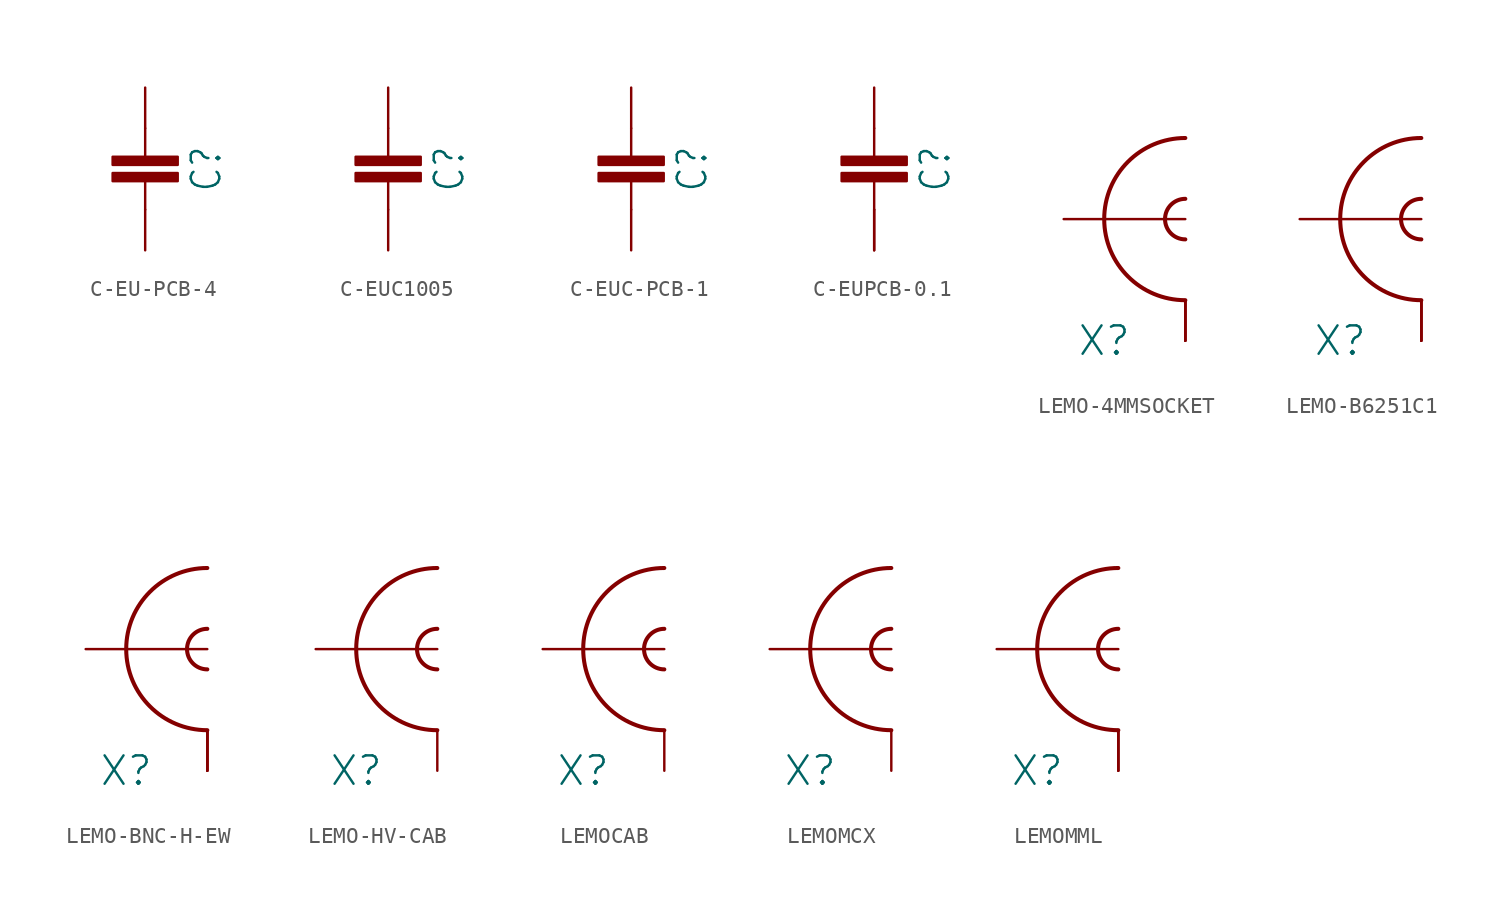
<source format=kicad_sym>
(kicad_symbol_lib
  (version 20231120)
  (generator "kicad_symbol_editor")
  (generator_version "8.0")
  (symbol "C-EU-PCB-4"
    (property "Reference" "C"
      (at 3.81 0 90)
      (effects (font (size 1.778 1.511))))
    (property "Value" ""
      (at -3.81 0 90)
      (effects (font (size 1.778 1.511))))
    (property "ki_locked" ""
      (at 0 0 0)
      (effects (font (size 1.27 1.27))))
    (symbol "C-EU-PCB-4_1_0"
      (rectangle (start -2.032 -0.762) (end 2.032 -0.254) (stroke (width 0) (type default)) (fill (type outline)))
      (rectangle (start -2.032 0.254) (end 2.032 0.762) (stroke (width 0) (type default)) (fill (type outline)))
      (polyline (pts (xy 0 -2.54) (xy 0 -0.762)) (stroke (width 0.152) (type solid)) (fill (type none)))
      (polyline (pts (xy 0 2.54) (xy 0 0.762)) (stroke (width 0.152) (type solid)) (fill (type none)))
      (pin passive line (at 0 5.08 270) (length 2.54) (name "1" (effects (font (size 0 0)))) (number "1" (effects (font (size 0 0)))))
      (pin passive line (at 0 -5.08 90) (length 2.54) (name "2" (effects (font (size 0 0)))) (number "2" (effects (font (size 0 0)))))))
  (symbol "C-EUC1005"
    (property "Reference" "C"
      (at 3.81 0 90)
      (effects (font (size 1.778 1.511))))
    (property "Value" ""
      (at -3.81 0 90)
      (effects (font (size 1.778 1.511))))
    (property "ki_locked" ""
      (at 0 0 0)
      (effects (font (size 1.27 1.27))))
    (symbol "C-EUC1005_1_0"
      (rectangle (start -2.032 -0.762) (end 2.032 -0.254) (stroke (width 0) (type default)) (fill (type outline)))
      (rectangle (start -2.032 0.254) (end 2.032 0.762) (stroke (width 0) (type default)) (fill (type outline)))
      (polyline (pts (xy 0 -2.54) (xy 0 -0.762)) (stroke (width 0.152) (type solid)) (fill (type none)))
      (polyline (pts (xy 0 2.54) (xy 0 0.762)) (stroke (width 0.152) (type solid)) (fill (type none)))
      (pin passive line (at 0 5.08 270) (length 2.54) (name "1" (effects (font (size 0 0)))) (number "1" (effects (font (size 0 0)))))
      (pin passive line (at 0 -5.08 90) (length 2.54) (name "2" (effects (font (size 0 0)))) (number "2" (effects (font (size 0 0)))))))
  (symbol "C-EUC-PCB-1"
    (property "Reference" "C"
      (at 3.81 0 90)
      (effects (font (size 1.778 1.511))))
    (property "Value" ""
      (at -3.81 0 90)
      (effects (font (size 1.778 1.511))))
    (property "ki_locked" ""
      (at 0 0 0)
      (effects (font (size 1.27 1.27))))
    (symbol "C-EUC-PCB-1_1_0"
      (rectangle (start -2.032 -0.762) (end 2.032 -0.254) (stroke (width 0) (type default)) (fill (type outline)))
      (rectangle (start -2.032 0.254) (end 2.032 0.762) (stroke (width 0) (type default)) (fill (type outline)))
      (polyline (pts (xy 0 -2.54) (xy 0 -0.762)) (stroke (width 0.152) (type solid)) (fill (type none)))
      (polyline (pts (xy 0 2.54) (xy 0 0.762)) (stroke (width 0.152) (type solid)) (fill (type none)))
      (pin passive line (at 0 5.08 270) (length 2.54) (name "1" (effects (font (size 0 0)))) (number "P$1" (effects (font (size 0 0)))))
      (pin passive line (at 0 -5.08 90) (length 2.54) (name "2" (effects (font (size 0 0)))) (number "P$2" (effects (font (size 0 0)))))))
  (symbol "C-EUPCB-0.1"
    (property "Reference" "C"
      (at 3.81 0 90)
      (effects (font (size 1.778 1.511))))
    (property "Value" ""
      (at -3.81 0 90)
      (effects (font (size 1.778 1.511))))
    (property "ki_locked" ""
      (at 0 0 0)
      (effects (font (size 1.27 1.27))))
    (symbol "C-EUPCB-0.1_1_0"
      (rectangle (start -2.032 -0.762) (end 2.032 -0.254) (stroke (width 0) (type default)) (fill (type outline)))
      (rectangle (start -2.032 0.254) (end 2.032 0.762) (stroke (width 0) (type default)) (fill (type outline)))
      (polyline (pts (xy 0 -2.54) (xy 0 -0.762)) (stroke (width 0.152) (type solid)) (fill (type none)))
      (polyline (pts (xy 0 2.54) (xy 0 0.762)) (stroke (width 0.152) (type solid)) (fill (type none)))
      (pin passive line (at 0 5.08 270) (length 2.54) (name "1" (effects (font (size 0 0)))) (number "P$1" (effects (font (size 0 0)))))
      (pin passive line (at 0 -5.08 90) (length 2.54) (name "2" (effects (font (size 0 0)))) (number "P$2" (effects (font (size 0 0)))))
      (pin passive line (at 0 -5.08 90) (length 2.54) (name "2" (effects (font (size 0 0)))) (number "P$3" (effects (font (size 0 0)))))))
  (symbol "LEMO-4MMSOCKET"
    (property "Reference" "X"
      (at -2.54 -7.62 0)
      (effects (font (size 1.778 1.778))))
    (property "Value" ""
      (at 2.54 7.62 0)
      (effects (font (size 1.778 1.778))))
    (property "ki_locked" ""
      (at 0 0 0)
      (effects (font (size 1.27 1.27))))
    (symbol "LEMO-4MMSOCKET_1_0"
      (arc (start 2.54 1.27) (mid 1.27 0) (end 2.54 -1.27) (stroke (width 0.254) (type solid)) (fill (type none)))
      (arc (start 2.54 5.08) (mid -2.54 0) (end 2.54 -5.08) (stroke (width 0.254) (type solid)) (fill (type none)))
      (pin passive line (at -5.08 0 0) (length 7.62) (name "INNER" (effects (font (size 0 0)))) (number "INNER" (effects (font (size 0 0)))))
      (pin passive line (at 2.54 -7.62 90) (length 2.54) (name "SHIELD@2" (effects (font (size 0 0)))) (number "SHIELD@1" (effects (font (size 0 0)))))
      (pin passive line (at 2.54 -7.62 90) (length 2.54) (name "SHIELD@2" (effects (font (size 0 0)))) (number "SHIELD@2" (effects (font (size 0 0)))))
      (pin passive line (at 2.54 -7.62 90) (length 2.54) (name "SHIELD@2" (effects (font (size 0 0)))) (number "SHIELD@3" (effects (font (size 0 0)))))
      (pin passive line (at 2.54 -7.62 90) (length 2.54) (name "SHIELD@2" (effects (font (size 0 0)))) (number "SHIELD@4" (effects (font (size 0 0)))))))
  (symbol "LEMO-B6251C1"
    (property "Reference" "X"
      (at -2.54 -7.62 0)
      (effects (font (size 1.778 1.778))))
    (property "Value" ""
      (at 2.54 7.62 0)
      (effects (font (size 1.778 1.778))))
    (property "ki_locked" ""
      (at 0 0 0)
      (effects (font (size 1.27 1.27))))
    (symbol "LEMO-B6251C1_1_0"
      (arc (start 2.54 1.27) (mid 1.27 0) (end 2.54 -1.27) (stroke (width 0.254) (type solid)) (fill (type none)))
      (arc (start 2.54 5.08) (mid -2.54 0) (end 2.54 -5.08) (stroke (width 0.254) (type solid)) (fill (type none)))
      (pin passive line (at -5.08 0 0) (length 7.62) (name "INNER" (effects (font (size 0 0)))) (number "1" (effects (font (size 0 0)))))
      (pin passive line (at 2.54 -7.62 90) (length 2.54) (name "SHIELD@2" (effects (font (size 0 0)))) (number "SHIELD@1" (effects (font (size 0 0)))))
      (pin passive line (at 2.54 -7.62 90) (length 2.54) (name "SHIELD@2" (effects (font (size 0 0)))) (number "SHIELD@2" (effects (font (size 0 0)))))
      (pin passive line (at 2.54 -7.62 90) (length 2.54) (name "SHIELD@2" (effects (font (size 0 0)))) (number "SHIELD@3" (effects (font (size 0 0)))))
      (pin passive line (at 2.54 -7.62 90) (length 2.54) (name "SHIELD@2" (effects (font (size 0 0)))) (number "SHIELD@4" (effects (font (size 0 0)))))))
  (symbol "LEMO-BNC-H-EW"
    (property "Reference" "X"
      (at -2.54 -7.62 0)
      (effects (font (size 1.778 1.778))))
    (property "Value" ""
      (at 2.54 7.62 0)
      (effects (font (size 1.778 1.778))))
    (property "ki_locked" ""
      (at 0 0 0)
      (effects (font (size 1.27 1.27))))
    (symbol "LEMO-BNC-H-EW_1_0"
      (arc (start 2.54 1.27) (mid 1.27 0) (end 2.54 -1.27) (stroke (width 0.254) (type solid)) (fill (type none)))
      (arc (start 2.54 5.08) (mid -2.54 0) (end 2.54 -5.08) (stroke (width 0.254) (type solid)) (fill (type none)))
      (pin passive line (at -5.08 0 0) (length 7.62) (name "INNER" (effects (font (size 0 0)))) (number "1" (effects (font (size 0 0)))))
      (pin passive line (at 2.54 -7.62 90) (length 2.54) (name "SHIELD@2" (effects (font (size 0 0)))) (number "SHIELD@1" (effects (font (size 0 0)))))
      (pin passive line (at 2.54 -7.62 90) (length 2.54) (name "SHIELD@2" (effects (font (size 0 0)))) (number "SHIELD@2" (effects (font (size 0 0)))))
      (pin passive line (at 2.54 -7.62 90) (length 2.54) (name "SHIELD@2" (effects (font (size 0 0)))) (number "SHIELD@3" (effects (font (size 0 0)))))
      (pin passive line (at 2.54 -7.62 90) (length 2.54) (name "SHIELD@2" (effects (font (size 0 0)))) (number "SHIELD@4" (effects (font (size 0 0)))))))
  (symbol "LEMO-HV-CAB"
    (property "Reference" "X"
      (at -2.54 -7.62 0)
      (effects (font (size 1.778 1.778))))
    (property "Value" ""
      (at 2.54 7.62 0)
      (effects (font (size 1.778 1.778))))
    (property "ki_locked" ""
      (at 0 0 0)
      (effects (font (size 1.27 1.27))))
    (symbol "LEMO-HV-CAB_1_0"
      (arc (start 2.54 1.27) (mid 1.27 0) (end 2.54 -1.27) (stroke (width 0.254) (type solid)) (fill (type none)))
      (arc (start 2.54 5.08) (mid -2.54 0) (end 2.54 -5.08) (stroke (width 0.254) (type solid)) (fill (type none)))
      (pin passive line (at -5.08 0 0) (length 7.62) (name "INNER" (effects (font (size 0 0)))) (number "1" (effects (font (size 0 0)))))
      (pin passive line (at 2.54 -7.62 90) (length 2.54) (name "SHIELD@2" (effects (font (size 0 0)))) (number "SHIELD" (effects (font (size 0 0)))))))
  (symbol "LEMOCAB"
    (property "Reference" "X"
      (at -2.54 -7.62 0)
      (effects (font (size 1.778 1.778))))
    (property "Value" ""
      (at 2.54 7.62 0)
      (effects (font (size 1.778 1.778))))
    (property "ki_locked" ""
      (at 0 0 0)
      (effects (font (size 1.27 1.27))))
    (symbol "LEMOCAB_1_0"
      (arc (start 2.54 1.27) (mid 1.27 0) (end 2.54 -1.27) (stroke (width 0.254) (type solid)) (fill (type none)))
      (arc (start 2.54 5.08) (mid -2.54 0) (end 2.54 -5.08) (stroke (width 0.254) (type solid)) (fill (type none)))
      (pin passive line (at -5.08 0 0) (length 7.62) (name "INNER" (effects (font (size 0 0)))) (number "1" (effects (font (size 0 0)))))
      (pin passive line (at 2.54 -7.62 90) (length 2.54) (name "SHIELD@2" (effects (font (size 0 0)))) (number "SHIELD" (effects (font (size 0 0)))))))
  (symbol "LEMOMCX"
    (property "Reference" "X"
      (at -2.54 -7.62 0)
      (effects (font (size 1.778 1.778))))
    (property "Value" ""
      (at 2.54 7.62 0)
      (effects (font (size 1.778 1.778))))
    (property "ki_locked" ""
      (at 0 0 0)
      (effects (font (size 1.27 1.27))))
    (symbol "LEMOMCX_1_0"
      (arc (start 2.54 1.27) (mid 1.27 0) (end 2.54 -1.27) (stroke (width 0.254) (type solid)) (fill (type none)))
      (arc (start 2.54 5.08) (mid -2.54 0) (end 2.54 -5.08) (stroke (width 0.254) (type solid)) (fill (type none)))
      (pin passive line (at -5.08 0 0) (length 7.62) (name "INNER" (effects (font (size 0 0)))) (number "P$1" (effects (font (size 0 0)))))
      (pin passive line (at 2.54 -7.62 90) (length 2.54) (name "SHIELD@2" (effects (font (size 0 0)))) (number "P$2" (effects (font (size 0 0)))))))
  (symbol "LEMOMML"
    (property "Reference" "X"
      (at -2.54 -7.62 0)
      (effects (font (size 1.778 1.778))))
    (property "Value" ""
      (at 2.54 7.62 0)
      (effects (font (size 1.778 1.778))))
    (property "ki_locked" ""
      (at 0 0 0)
      (effects (font (size 1.27 1.27))))
    (symbol "LEMOMML_1_0"
      (arc (start 2.54 1.27) (mid 1.27 0) (end 2.54 -1.27) (stroke (width 0.254) (type solid)) (fill (type none)))
      (arc (start 2.54 5.08) (mid -2.54 0) (end 2.54 -5.08) (stroke (width 0.254) (type solid)) (fill (type none)))
      (pin passive line (at -5.08 0 0) (length 7.62) (name "INNER" (effects (font (size 0 0)))) (number "1" (effects (font (size 0 0)))))
      (pin passive line (at 2.54 -7.62 90) (length 2.54) (name "SHIELD@2" (effects (font (size 0 0)))) (number "GND@1" (effects (font (size 0 0)))))
      (pin passive line (at 2.54 -7.62 90) (length 2.54) (name "SHIELD@2" (effects (font (size 0 0)))) (number "GND@2" (effects (font (size 0 0)))))
      (pin passive line (at 2.54 -7.62 90) (length 2.54) (name "SHIELD@2" (effects (font (size 0 0)))) (number "GND@3" (effects (font (size 0 0))))))))
</source>
